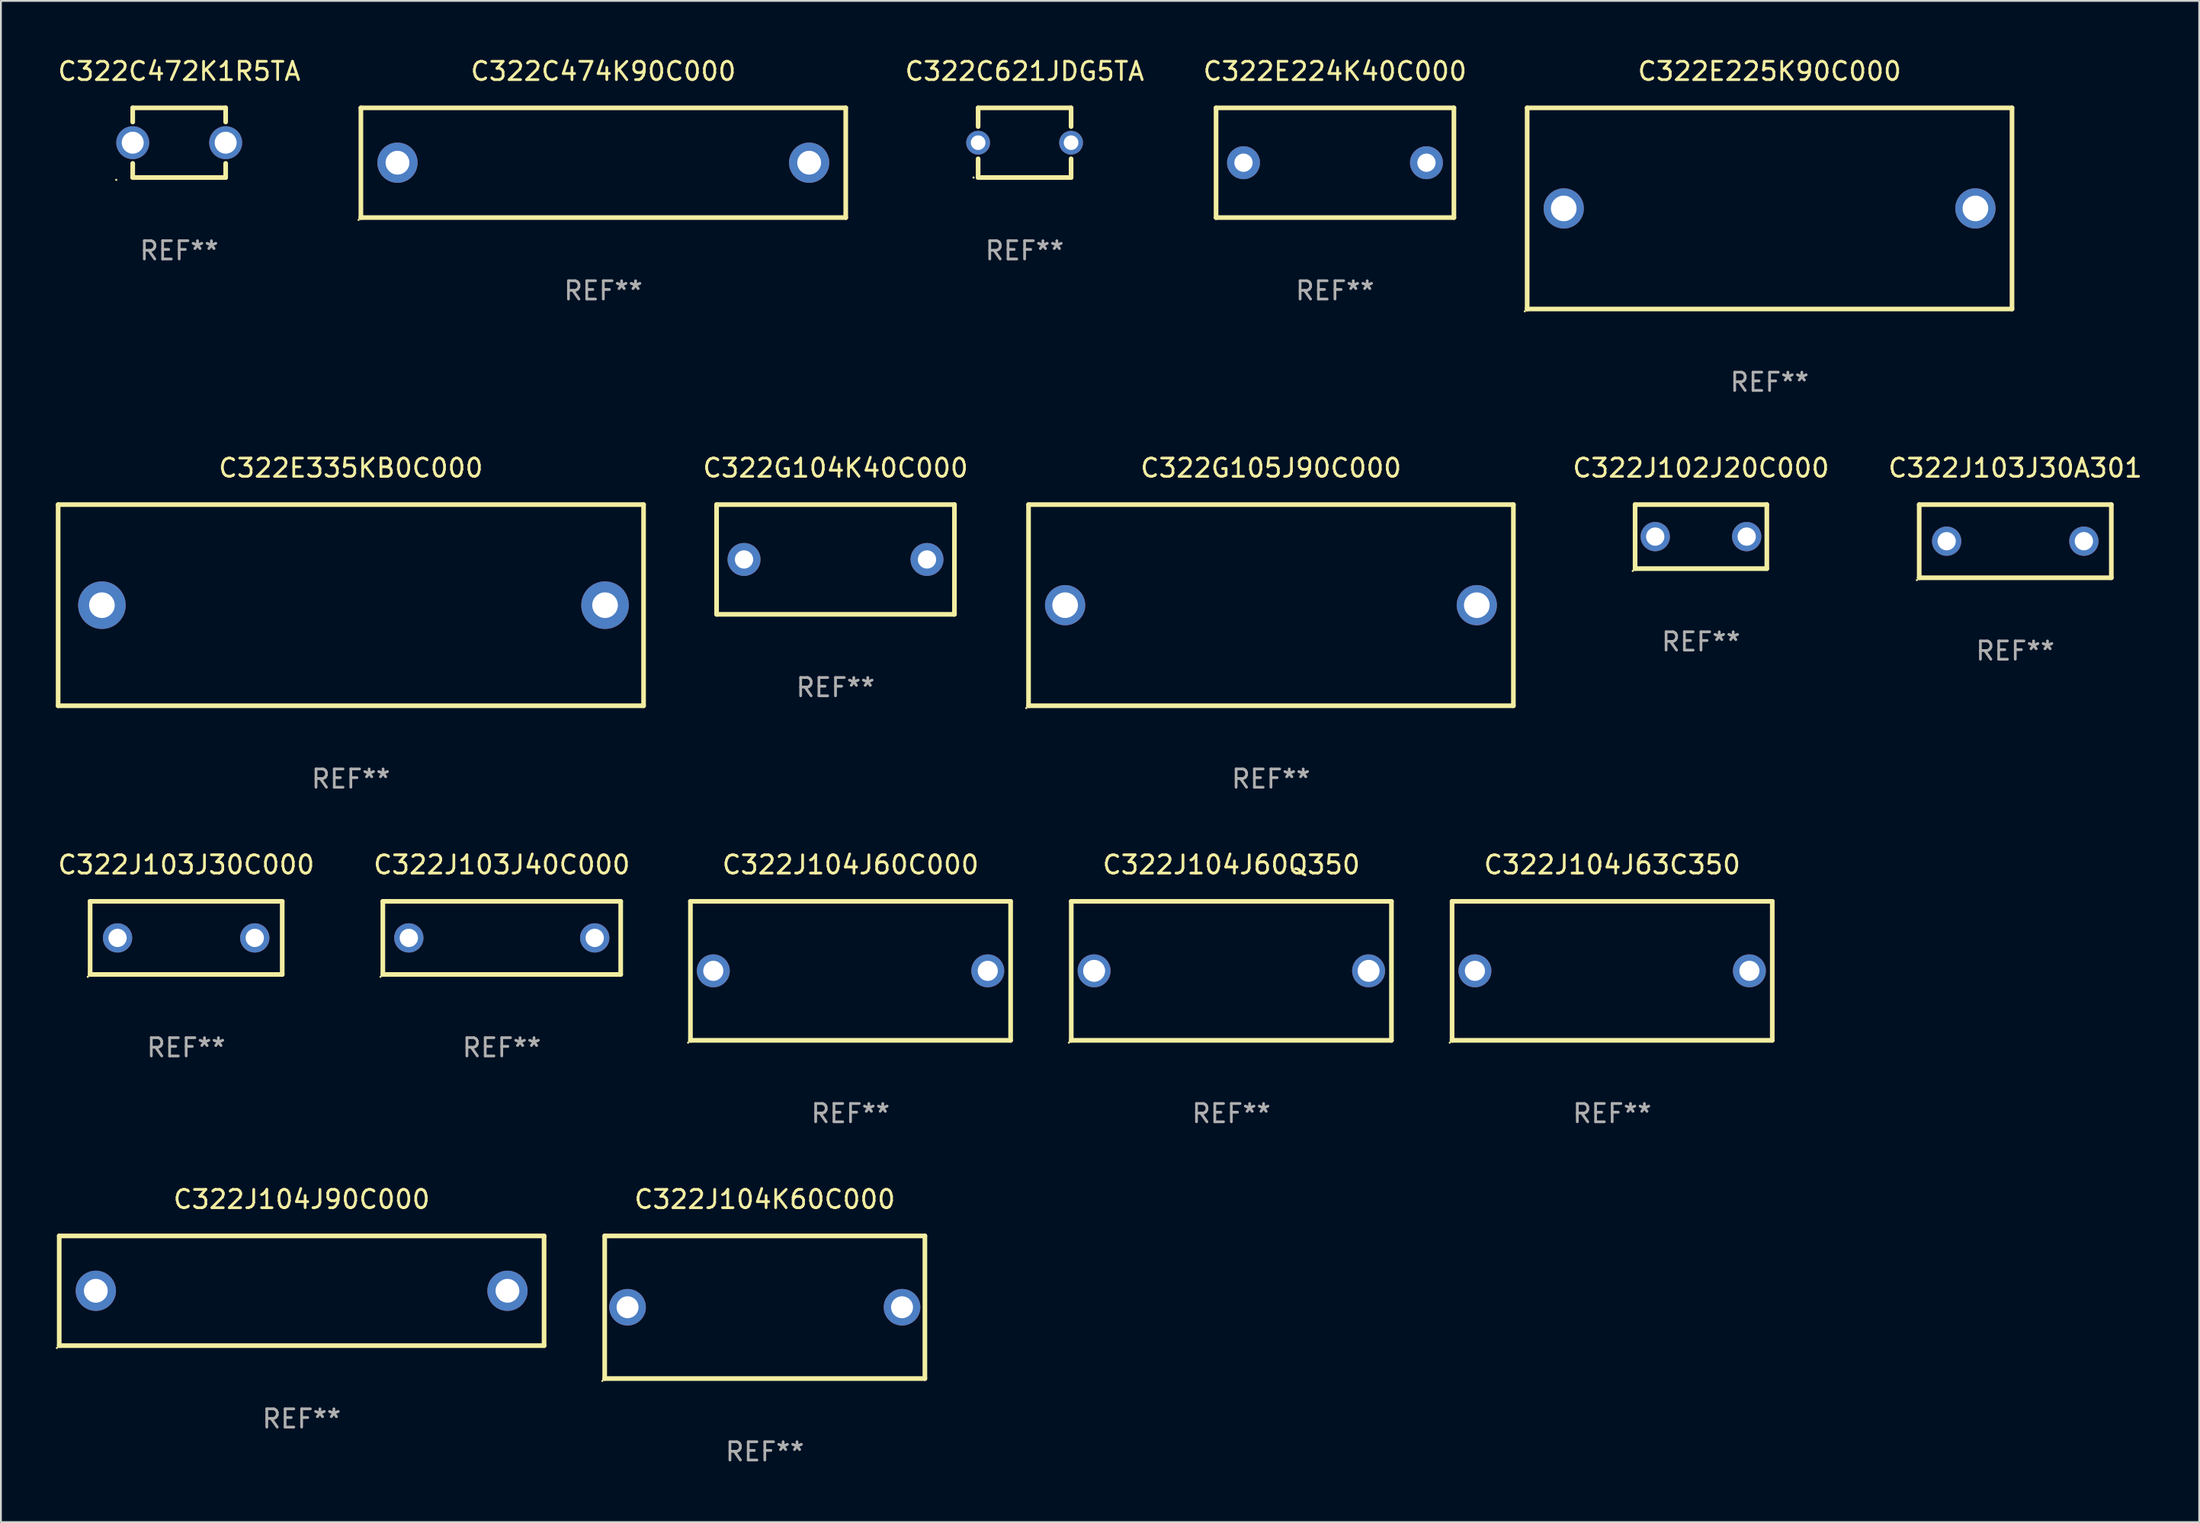
<source format=kicad_pcb>
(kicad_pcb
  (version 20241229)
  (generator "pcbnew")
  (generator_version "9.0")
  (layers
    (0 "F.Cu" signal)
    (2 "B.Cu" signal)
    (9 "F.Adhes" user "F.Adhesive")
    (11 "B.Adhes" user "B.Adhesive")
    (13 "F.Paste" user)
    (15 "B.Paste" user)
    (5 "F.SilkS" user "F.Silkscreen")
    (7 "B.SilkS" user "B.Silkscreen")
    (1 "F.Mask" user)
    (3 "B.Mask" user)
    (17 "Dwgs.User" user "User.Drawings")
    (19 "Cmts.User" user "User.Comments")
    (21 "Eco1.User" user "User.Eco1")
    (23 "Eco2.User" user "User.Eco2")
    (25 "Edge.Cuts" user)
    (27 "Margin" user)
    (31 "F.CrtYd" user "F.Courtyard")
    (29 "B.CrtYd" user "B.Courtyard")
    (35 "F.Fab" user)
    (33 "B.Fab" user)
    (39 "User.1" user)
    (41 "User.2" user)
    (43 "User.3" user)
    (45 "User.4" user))
  (footprint "C322E225K90C000"
    (layer "F.Cu")
    (at 93.668 8.348)
    (property "Reference" "C322E225K90C000" (at 0 -7.5 0) (layer "F.SilkS") (effects (font (size 1 1) (thickness 0.15))))
    (attr through_hole)
    (fp_line (start -13.25 -5.5) (end 13.25 -5.5) (stroke (width 0.254) (type solid)) (layer "F.SilkS"))
    (fp_line (start -13.25 5.5) (end -13.25 -5.5) (stroke (width 0.254) (type solid)) (layer "F.SilkS"))
    (fp_line (start 13.25 -5.5) (end 13.25 5.5) (stroke (width 0.254) (type solid)) (layer "F.SilkS"))
    (fp_line (start 13.25 5.5) (end -13.25 5.5) (stroke (width 0.254) (type solid)) (layer "F.SilkS"))
    (fp_circle (center -13.377 5.627) (end -13.347 5.627) (stroke (width 0.06) (type solid)) (fill no) (layer "F.SilkS"))
    (fp_text user "REF**" (at 0 9.5 0) (layer "F.Fab") (effects (font (size 1 1) (thickness 0.15))))
    (pad "1" thru_hole circle (at -11.25 0) (size 2.2 2.2) (drill 1.4) (layers "*.Cu" "*.Mask"))
    (pad "2" thru_hole circle (at 11.25 0) (size 2.2 2.2) (drill 1.4) (layers "*.Cu" "*.Mask")))
  (footprint "C322E335KB0C000"
    (layer "F.Cu")
    (at 16.126 30.045)
    (property "Reference" "C322E335KB0C000" (at 0 -7.5 0) (layer "F.SilkS") (effects (font (size 1 1) (thickness 0.15))))
    (attr through_hole)
    (fp_line (start -15.999 -5.5) (end -15.999 5.5) (stroke (width 0.254) (type solid)) (layer "F.SilkS"))
    (fp_line (start -15.999 -5.5) (end 15.999 -5.5) (stroke (width 0.254) (type solid)) (layer "F.SilkS"))
    (fp_line (start 15.999 -5.5) (end 15.999 5.5) (stroke (width 0.254) (type solid)) (layer "F.SilkS"))
    (fp_line (start 15.999 5.5) (end -15.999 5.5) (stroke (width 0.254) (type solid)) (layer "F.SilkS"))
    (fp_circle (center -16.008 5.5) (end -15.978 5.5) (stroke (width 0.06) (type solid)) (fill no) (layer "F.SilkS"))
    (fp_text user "REF**" (at 0 9.5 0) (layer "F.Fab") (effects (font (size 1 1) (thickness 0.15))))
    (pad "1" thru_hole circle (at -13.606 0) (size 2.6 2.6) (drill 1.4) (layers "*.Cu" "*.Mask"))
    (pad "2" thru_hole circle (at 13.894 0) (size 2.6 2.6) (drill 1.4) (layers "*.Cu" "*.Mask")))
  (footprint "C322J104J63C350"
    (layer "F.Cu")
    (at 85.065 50.041)
    (property "Reference" "C322J104J63C350" (at 0 -5.8 0) (layer "F.SilkS") (effects (font (size 1 1) (thickness 0.15))))
    (attr through_hole)
    (fp_line (start -8.75 -3.8) (end 8.75 -3.8) (stroke (width 0.254) (type solid)) (layer "F.SilkS"))
    (fp_line (start -8.75 3.8) (end -8.75 -3.8) (stroke (width 0.254) (type solid)) (layer "F.SilkS"))
    (fp_line (start 8.75 -3.8) (end 8.75 3.8) (stroke (width 0.254) (type solid)) (layer "F.SilkS"))
    (fp_line (start 8.75 3.8) (end -8.75 3.8) (stroke (width 0.254) (type solid)) (layer "F.SilkS"))
    (fp_circle (center -8.877 3.927) (end -8.847 3.927) (stroke (width 0.06) (type solid)) (fill no) (layer "F.SilkS"))
    (fp_text user "REF**" (at 0 7.8 0) (layer "F.Fab") (effects (font (size 1 1) (thickness 0.15))))
    (pad "1" thru_hole circle (at -7.501 0) (size 1.8 1.8) (drill 1.1) (layers "*.Cu" "*.Mask"))
    (pad "2" thru_hole circle (at 7.501 0) (size 1.8 1.8) (drill 1.1) (layers "*.Cu" "*.Mask")))
  (footprint "C322C474K90C000"
    (layer "F.Cu")
    (at 29.925 5.848)
    (property "Reference" "C322C474K90C000" (at 0 -5 0) (layer "F.SilkS") (effects (font (size 1 1) (thickness 0.15))))
    (attr through_hole)
    (fp_line (start -13.25 -3) (end 13.25 -3) (stroke (width 0.254) (type solid)) (layer "F.SilkS"))
    (fp_line (start -13.25 3) (end -13.25 -3) (stroke (width 0.254) (type solid)) (layer "F.SilkS"))
    (fp_line (start 13.25 -3) (end 13.25 3) (stroke (width 0.254) (type solid)) (layer "F.SilkS"))
    (fp_line (start 13.25 3) (end -13.25 3) (stroke (width 0.254) (type solid)) (layer "F.SilkS"))
    (fp_circle (center -13.377 3.127) (end -13.347 3.127) (stroke (width 0.06) (type solid)) (fill no) (layer "F.SilkS"))
    (fp_text user "REF**" (at 0 7 0) (layer "F.Fab") (effects (font (size 1 1) (thickness 0.15))))
    (pad "1" thru_hole circle (at -11.25 0) (size 2.2 2.2) (drill 1.3) (layers "*.Cu" "*.Mask"))
    (pad "2" thru_hole circle (at 11.25 0) (size 2.2 2.2) (drill 1.3) (layers "*.Cu" "*.Mask")))
  (footprint "C322J104J60C000"
    (layer "F.Cu")
    (at 43.437 50.041)
    (property "Reference" "C322J104J60C000" (at 0 -5.8 0) (layer "F.SilkS") (effects (font (size 1 1) (thickness 0.15))))
    (attr through_hole)
    (fp_line (start -8.75 -3.8) (end 8.75 -3.8) (stroke (width 0.254) (type solid)) (layer "F.SilkS"))
    (fp_line (start -8.75 3.8) (end -8.75 -3.8) (stroke (width 0.254) (type solid)) (layer "F.SilkS"))
    (fp_line (start 8.75 -3.8) (end 8.75 3.8) (stroke (width 0.254) (type solid)) (layer "F.SilkS"))
    (fp_line (start 8.75 3.8) (end -8.75 3.8) (stroke (width 0.254) (type solid)) (layer "F.SilkS"))
    (fp_circle (center -8.877 3.927) (end -8.847 3.927) (stroke (width 0.06) (type solid)) (fill no) (layer "F.SilkS"))
    (fp_text user "REF**" (at 0 7.8 0) (layer "F.Fab") (effects (font (size 1 1) (thickness 0.15))))
    (pad "1" thru_hole circle (at -7.501 0) (size 1.8 1.8) (drill 1.1) (layers "*.Cu" "*.Mask"))
    (pad "2" thru_hole circle (at 7.501 0) (size 1.8 1.8) (drill 1.1) (layers "*.Cu" "*.Mask")))
  (footprint "C322J104K60C000"
    (layer "F.Cu")
    (at 38.751 68.438)
    (property "Reference" "C322J104K60C000" (at 0 -5.9 0) (layer "F.SilkS") (effects (font (size 1 1) (thickness 0.15))))
    (attr through_hole)
    (fp_line (start -8.75 -3.9) (end 8.75 -3.9) (stroke (width 0.254) (type solid)) (layer "F.SilkS"))
    (fp_line (start -8.75 3.9) (end -8.75 -3.9) (stroke (width 0.254) (type solid)) (layer "F.SilkS"))
    (fp_line (start 8.75 -3.9) (end 8.75 3.9) (stroke (width 0.254) (type solid)) (layer "F.SilkS"))
    (fp_line (start 8.75 3.9) (end -8.75 3.9) (stroke (width 0.254) (type solid)) (layer "F.SilkS"))
    (fp_circle (center -8.877 4.027) (end -8.847 4.027) (stroke (width 0.06) (type solid)) (fill no) (layer "F.SilkS"))
    (fp_text user "REF**" (at 0 7.9 0) (layer "F.Fab") (effects (font (size 1 1) (thickness 0.15))))
    (pad "1" thru_hole circle (at -7.501 0) (size 2 2) (drill 1.2) (layers "*.Cu" "*.Mask"))
    (pad "2" thru_hole circle (at 7.501 0) (size 2 2) (drill 1.2) (layers "*.Cu" "*.Mask")))
  (footprint "C322J103J30C000"
    (layer "F.Cu")
    (at 7.125 48.241)
    (property "Reference" "C322J103J30C000" (at 0 -4 0) (layer "F.SilkS") (effects (font (size 1 1) (thickness 0.15))))
    (attr through_hole)
    (fp_line (start -5.25 -2) (end 5.25 -2) (stroke (width 0.254) (type solid)) (layer "F.SilkS"))
    (fp_line (start -5.25 2) (end -5.25 -2) (stroke (width 0.254) (type solid)) (layer "F.SilkS"))
    (fp_line (start 5.25 -2) (end 5.25 2) (stroke (width 0.254) (type solid)) (layer "F.SilkS"))
    (fp_line (start 5.25 2) (end -5.25 2) (stroke (width 0.254) (type solid)) (layer "F.SilkS"))
    (fp_circle (center -5.377 2.127) (end -5.347 2.127) (stroke (width 0.06) (type solid)) (fill no) (layer "F.SilkS"))
    (fp_text user "REF**" (at 0 6 0) (layer "F.Fab") (effects (font (size 1 1) (thickness 0.15))))
    (pad "1" thru_hole circle (at -3.75 0) (size 1.6 1.6) (drill 1) (layers "*.Cu" "*.Mask"))
    (pad "2" thru_hole circle (at 3.75 0) (size 1.6 1.6) (drill 1) (layers "*.Cu" "*.Mask")))
  (footprint "C322J103J30A301"
    (layer "F.Cu")
    (at 107.097 26.545)
    (property "Reference" "C322J103J30A301" (at 0 -4 0) (layer "F.SilkS") (effects (font (size 1 1) (thickness 0.15))))
    (attr through_hole)
    (fp_line (start -5.25 -2) (end 5.25 -2) (stroke (width 0.254) (type solid)) (layer "F.SilkS"))
    (fp_line (start -5.25 2) (end -5.25 -2) (stroke (width 0.254) (type solid)) (layer "F.SilkS"))
    (fp_line (start 5.25 -2) (end 5.25 2) (stroke (width 0.254) (type solid)) (layer "F.SilkS"))
    (fp_line (start 5.25 2) (end -5.25 2) (stroke (width 0.254) (type solid)) (layer "F.SilkS"))
    (fp_circle (center -5.377 2.127) (end -5.347 2.127) (stroke (width 0.06) (type solid)) (fill no) (layer "F.SilkS"))
    (fp_text user "REF**" (at 0 6 0) (layer "F.Fab") (effects (font (size 1 1) (thickness 0.15))))
    (pad "1" thru_hole circle (at -3.75 0) (size 1.6 1.6) (drill 1) (layers "*.Cu" "*.Mask"))
    (pad "2" thru_hole circle (at 3.75 0) (size 1.6 1.6) (drill 1) (layers "*.Cu" "*.Mask")))
  (footprint "C322C472K1R5TA"
    (layer "F.Cu")
    (at 6.744 4.753)
    (property "Reference" "C322C472K1R5TA" (at 0 -3.905 0) (layer "F.SilkS") (effects (font (size 1 1) (thickness 0.15))))
    (attr through_hole)
    (fp_line (start -2.54 -1.905) (end -2.54 -1.131) (stroke (width 0.254) (type solid)) (layer "F.SilkS"))
    (fp_line (start -2.54 -1.905) (end 2.54 -1.905) (stroke (width 0.254) (type solid)) (layer "F.SilkS"))
    (fp_line (start -2.54 1.131) (end -2.54 1.905) (stroke (width 0.254) (type solid)) (layer "F.SilkS"))
    (fp_line (start 2.54 -1.905) (end 2.54 -1.131) (stroke (width 0.254) (type solid)) (layer "F.SilkS"))
    (fp_line (start 2.54 1.131) (end 2.54 1.905) (stroke (width 0.254) (type solid)) (layer "F.SilkS"))
    (fp_line (start 2.54 1.905) (end -2.54 1.905) (stroke (width 0.254) (type solid)) (layer "F.SilkS"))
    (fp_circle (center -3.44 2.032) (end -3.41 2.032) (stroke (width 0.06) (type solid)) (fill no) (layer "F.SilkS"))
    (fp_text user "REF**" (at 0 5.905 0) (layer "F.Fab") (effects (font (size 1 1) (thickness 0.15))))
    (pad "1" thru_hole circle (at -2.54 0) (size 1.8 1.8) (drill 1.2) (layers "*.Cu" "*.Mask"))
    (pad "2" thru_hole circle (at 2.54 0) (size 1.8 1.8) (drill 1.2) (layers "*.Cu" "*.Mask")))
  (footprint "C322E224K40C000"
    (layer "F.Cu")
    (at 69.915 5.848)
    (property "Reference" "C322E224K40C000" (at 0 -5 0) (layer "F.SilkS") (effects (font (size 1 1) (thickness 0.15))))
    (attr through_hole)
    (fp_line (start -6.5 -3) (end 6.5 -3) (stroke (width 0.254) (type solid)) (layer "F.SilkS"))
    (fp_line (start -6.5 3) (end -6.5 -3) (stroke (width 0.254) (type solid)) (layer "F.SilkS"))
    (fp_line (start 6.5 -3) (end 6.5 3) (stroke (width 0.254) (type solid)) (layer "F.SilkS"))
    (fp_line (start 6.5 3) (end -6.5 3) (stroke (width 0.254) (type solid)) (layer "F.SilkS"))
    (fp_circle (center -6.5 3) (end -6.47 3) (stroke (width 0.06) (type solid)) (fill no) (layer "F.SilkS"))
    (fp_text user "REF**" (at 0 7 0) (layer "F.Fab") (effects (font (size 1 1) (thickness 0.15))))
    (pad "1" thru_hole circle (at -5 0) (size 1.8 1.8) (drill 1) (layers "*.Cu" "*.Mask"))
    (pad "2" thru_hole circle (at 5 0) (size 1.8 1.8) (drill 1) (layers "*.Cu" "*.Mask")))
  (footprint "C322J102J20C000"
    (layer "F.Cu")
    (at 89.918 26.295)
    (property "Reference" "C322J102J20C000" (at 0 -3.75 0) (layer "F.SilkS") (effects (font (size 1 1) (thickness 0.15))))
    (attr through_hole)
    (fp_line (start -3.6 -1.75) (end 3.6 -1.75) (stroke (width 0.254) (type solid)) (layer "F.SilkS"))
    (fp_line (start -3.6 1.75) (end -3.6 -1.75) (stroke (width 0.254) (type solid)) (layer "F.SilkS"))
    (fp_line (start -3.6 1.75) (end 3.6 1.75) (stroke (width 0.254) (type solid)) (layer "F.SilkS"))
    (fp_line (start 3.6 -1.75) (end 3.6 1.75) (stroke (width 0.254) (type solid)) (layer "F.SilkS"))
    (fp_circle (center -3.727 1.877) (end -3.697 1.877) (stroke (width 0.06) (type solid)) (fill no) (layer "F.SilkS"))
    (fp_text user "REF**" (at 0 5.75 0) (layer "F.Fab") (effects (font (size 1 1) (thickness 0.15))))
    (pad "1" thru_hole circle (at -2.499 -0.000013) (size 1.6 1.6) (drill 1) (layers "*.Cu" "*.Mask"))
    (pad "2" thru_hole circle (at 2.499 -0.000013) (size 1.6 1.6) (drill 1) (layers "*.Cu" "*.Mask")))
  (footprint "C322G104K40C000"
    (layer "F.Cu")
    (at 42.616 27.545)
    (property "Reference" "C322G104K40C000" (at 0 -5 0) (layer "F.SilkS") (effects (font (size 1 1) (thickness 0.15))))
    (attr through_hole)
    (fp_line (start -6.5 -3) (end 6.5 -3) (stroke (width 0.254) (type solid)) (layer "F.SilkS"))
    (fp_line (start -6.5 3) (end -6.5 -3) (stroke (width 0.254) (type solid)) (layer "F.SilkS"))
    (fp_line (start 6.5 -3) (end 6.5 3) (stroke (width 0.254) (type solid)) (layer "F.SilkS"))
    (fp_line (start 6.5 3) (end -6.5 3) (stroke (width 0.254) (type solid)) (layer "F.SilkS"))
    (fp_circle (center -6.5 3) (end -6.47 3) (stroke (width 0.06) (type solid)) (fill no) (layer "F.SilkS"))
    (fp_text user "REF**" (at 0 7 0) (layer "F.Fab") (effects (font (size 1 1) (thickness 0.15))))
    (pad "1" thru_hole circle (at -5 0) (size 1.8 1.8) (drill 1) (layers "*.Cu" "*.Mask"))
    (pad "2" thru_hole circle (at 5 0) (size 1.8 1.8) (drill 1) (layers "*.Cu" "*.Mask")))
  (footprint "C322J103J40C000"
    (layer "F.Cu")
    (at 24.375 48.241)
    (property "Reference" "C322J103J40C000" (at 0 -4 0) (layer "F.SilkS") (effects (font (size 1 1) (thickness 0.15))))
    (attr through_hole)
    (fp_line (start -6.5 -2) (end 6.5 -2) (stroke (width 0.254) (type solid)) (layer "F.SilkS"))
    (fp_line (start -6.5 2) (end -6.5 -2) (stroke (width 0.254) (type solid)) (layer "F.SilkS"))
    (fp_line (start 6.5 -2) (end 6.5 2) (stroke (width 0.254) (type solid)) (layer "F.SilkS"))
    (fp_line (start 6.5 2) (end -6.5 2) (stroke (width 0.254) (type solid)) (layer "F.SilkS"))
    (fp_circle (center -6.627 2.127) (end -6.597 2.127) (stroke (width 0.06) (type solid)) (fill no) (layer "F.SilkS"))
    (fp_text user "REF**" (at 0 6 0) (layer "F.Fab") (effects (font (size 1 1) (thickness 0.15))))
    (pad "1" thru_hole circle (at -5.08 0) (size 1.6 1.6) (drill 1) (layers "*.Cu" "*.Mask"))
    (pad "2" thru_hole circle (at 5.08 0) (size 1.6 1.6) (drill 1) (layers "*.Cu" "*.Mask")))
  (footprint "C322C621JDG5TA"
    (layer "F.Cu")
    (at 52.951 4.753)
    (property "Reference" "C322C621JDG5TA" (at 0 -3.905 0) (layer "F.SilkS") (effects (font (size 1 1) (thickness 0.15))))
    (attr through_hole)
    (fp_line (start -2.54 -1.905) (end -2.54 -0.881) (stroke (width 0.254) (type solid)) (layer "F.SilkS"))
    (fp_line (start -2.54 0.881) (end -2.54 1.905) (stroke (width 0.254) (type solid)) (layer "F.SilkS"))
    (fp_line (start -2.54 1.905) (end 2.54 1.905) (stroke (width 0.254) (type solid)) (layer "F.SilkS"))
    (fp_line (start 2.54 -1.905) (end -2.54 -1.905) (stroke (width 0.254) (type solid)) (layer "F.SilkS"))
    (fp_line (start 2.54 -0.881) (end 2.54 -1.905) (stroke (width 0.254) (type solid)) (layer "F.SilkS"))
    (fp_line (start 2.54 1.905) (end 2.54 0.881) (stroke (width 0.254) (type solid)) (layer "F.SilkS"))
    (fp_circle (center -2.79 1.905) (end -2.76 1.905) (stroke (width 0.06) (type solid)) (fill no) (layer "F.SilkS"))
    (fp_text user "REF**" (at 0 5.905 0) (layer "F.Fab") (effects (font (size 1 1) (thickness 0.15))))
    (pad "1" thru_hole circle (at -2.54 0) (size 1.3 1.3) (drill 0.8) (layers "*.Cu" "*.Mask"))
    (pad "2" thru_hole circle (at 2.54 0) (size 1.3 1.3) (drill 0.8) (layers "*.Cu" "*.Mask")))
  (footprint "C322G105J90C000"
    (layer "F.Cu")
    (at 66.416 30.045)
    (property "Reference" "C322G105J90C000" (at 0 -7.5 0) (layer "F.SilkS") (effects (font (size 1 1) (thickness 0.15))))
    (attr through_hole)
    (fp_line (start -13.25 -5.5) (end 13.25 -5.5) (stroke (width 0.254) (type solid)) (layer "F.SilkS"))
    (fp_line (start -13.25 5.5) (end -13.25 -5.5) (stroke (width 0.254) (type solid)) (layer "F.SilkS"))
    (fp_line (start 13.25 -5.5) (end 13.25 5.5) (stroke (width 0.254) (type solid)) (layer "F.SilkS"))
    (fp_line (start 13.25 5.5) (end -13.25 5.5) (stroke (width 0.254) (type solid)) (layer "F.SilkS"))
    (fp_circle (center -13.377 5.627) (end -13.347 5.627) (stroke (width 0.06) (type solid)) (fill no) (layer "F.SilkS"))
    (fp_text user "REF**" (at 0 9.5 0) (layer "F.Fab") (effects (font (size 1 1) (thickness 0.15))))
    (pad "1" thru_hole circle (at -11.25 0) (size 2.2 2.2) (drill 1.4) (layers "*.Cu" "*.Mask"))
    (pad "2" thru_hole circle (at 11.25 0) (size 2.2 2.2) (drill 1.4) (layers "*.Cu" "*.Mask")))
  (footprint "C322J104J90C000"
    (layer "F.Cu")
    (at 13.437 67.538)
    (property "Reference" "C322J104J90C000" (at 0 -5 0) (layer "F.SilkS") (effects (font (size 1 1) (thickness 0.15))))
    (attr through_hole)
    (fp_line (start -13.25 -3) (end 13.25 -3) (stroke (width 0.254) (type solid)) (layer "F.SilkS"))
    (fp_line (start -13.25 3) (end -13.25 -3) (stroke (width 0.254) (type solid)) (layer "F.SilkS"))
    (fp_line (start 13.25 -3) (end 13.25 3) (stroke (width 0.254) (type solid)) (layer "F.SilkS"))
    (fp_line (start 13.25 3) (end -13.25 3) (stroke (width 0.254) (type solid)) (layer "F.SilkS"))
    (fp_circle (center -13.377 3.127) (end -13.347 3.127) (stroke (width 0.06) (type solid)) (fill no) (layer "F.SilkS"))
    (fp_text user "REF**" (at 0 7 0) (layer "F.Fab") (effects (font (size 1 1) (thickness 0.15))))
    (pad "1" thru_hole circle (at -11.25 0) (size 2.2 2.2) (drill 1.3) (layers "*.Cu" "*.Mask"))
    (pad "2" thru_hole circle (at 11.25 0) (size 2.2 2.2) (drill 1.3) (layers "*.Cu" "*.Mask")))
  (footprint "C322J104J60Q350"
    (layer "F.Cu")
    (at 64.251 50.041)
    (property "Reference" "C322J104J60Q350" (at 0 -5.8 0) (layer "F.SilkS") (effects (font (size 1 1) (thickness 0.15))))
    (attr through_hole)
    (fp_line (start -8.75 -3.8) (end 8.75 -3.8) (stroke (width 0.254) (type solid)) (layer "F.SilkS"))
    (fp_line (start -8.75 3.8) (end -8.75 -3.8) (stroke (width 0.254) (type solid)) (layer "F.SilkS"))
    (fp_line (start 8.75 -3.8) (end 8.75 3.8) (stroke (width 0.254) (type solid)) (layer "F.SilkS"))
    (fp_line (start 8.75 3.8) (end -8.75 3.8) (stroke (width 0.254) (type solid)) (layer "F.SilkS"))
    (fp_circle (center -8.877 3.927) (end -8.847 3.927) (stroke (width 0.06) (type solid)) (fill no) (layer "F.SilkS"))
    (fp_text user "REF**" (at 0 7.8 0) (layer "F.Fab") (effects (font (size 1 1) (thickness 0.15))))
    (pad "1" thru_hole circle (at -7.501 0) (size 1.8 1.8) (drill 1.2) (layers "*.Cu" "*.Mask"))
    (pad "2" thru_hole circle (at 7.501 0) (size 1.8 1.8) (drill 1.2) (layers "*.Cu" "*.Mask")))
  (gr_rect
    (start -3 -3)
    (end 117.15 80.186)
    (stroke (width 0.1) (type default))
    (fill no)
    (layer "Edge.Cuts")))
</source>
